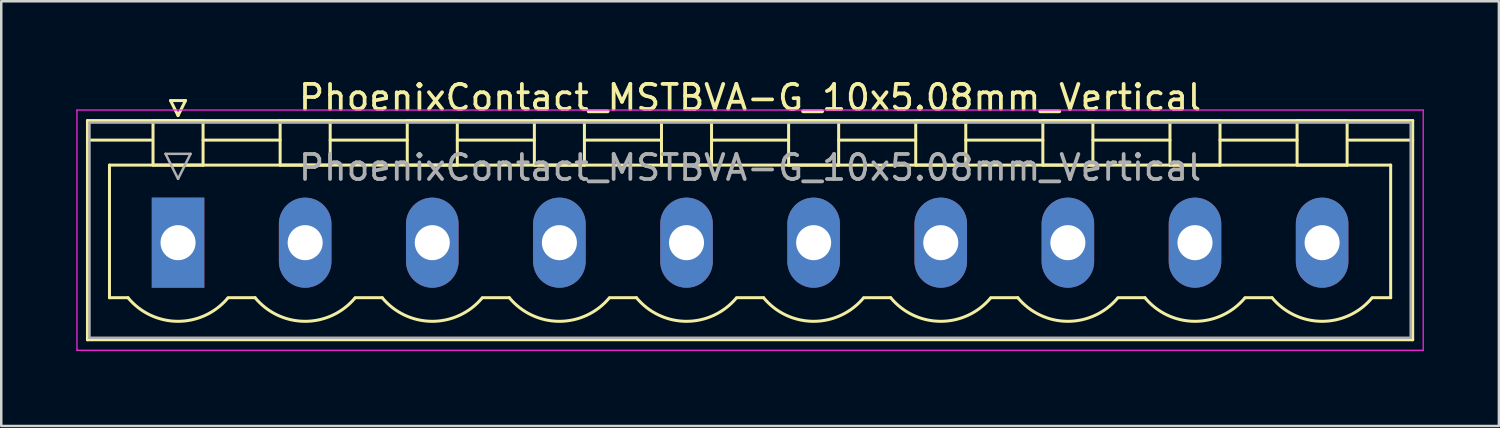
<source format=kicad_pcb>
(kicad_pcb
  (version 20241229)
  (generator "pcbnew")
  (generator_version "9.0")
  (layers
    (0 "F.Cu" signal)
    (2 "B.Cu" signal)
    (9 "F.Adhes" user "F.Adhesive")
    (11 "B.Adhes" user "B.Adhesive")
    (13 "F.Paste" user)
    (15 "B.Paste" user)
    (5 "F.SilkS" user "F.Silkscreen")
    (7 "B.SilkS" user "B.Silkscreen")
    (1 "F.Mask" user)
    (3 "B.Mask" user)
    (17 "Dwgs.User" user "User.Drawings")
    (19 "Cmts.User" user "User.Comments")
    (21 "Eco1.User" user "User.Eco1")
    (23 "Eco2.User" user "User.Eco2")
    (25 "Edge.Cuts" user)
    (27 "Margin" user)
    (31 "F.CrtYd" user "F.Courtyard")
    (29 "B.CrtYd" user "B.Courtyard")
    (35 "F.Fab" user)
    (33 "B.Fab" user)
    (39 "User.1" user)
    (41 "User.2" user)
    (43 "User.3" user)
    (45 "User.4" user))
  (footprint "PhoenixContact_MSTBVA-G_10x5.08mm_Vertical"
    (layer "F.Cu")
    (at 4.065 6.648)
    (property "Reference" "PhoenixContact_MSTBVA-G_10x5.08mm_Vertical" (at 22.86 -5.8 0) (layer "F.SilkS") (effects (font (size 1 1) (thickness 0.15))))
    (attr through_hole)
    (fp_line (start -3.62 -4.88) (end -3.62 3.88) (stroke (width 0.12) (type solid)) (layer "F.SilkS"))
    (fp_line (start -3.62 -4.1) (end -1.08 -4.1) (stroke (width 0.12) (type solid)) (layer "F.SilkS"))
    (fp_line (start -3.62 3.88) (end 49.34 3.88) (stroke (width 0.12) (type solid)) (layer "F.SilkS"))
    (fp_line (start -2.74 -3.1) (end 48.46 -3.1) (stroke (width 0.12) (type solid)) (layer "F.SilkS"))
    (fp_line (start -2.74 2.2) (end -2.74 -3.1) (stroke (width 0.12) (type solid)) (layer "F.SilkS"))
    (fp_line (start -2 2.2) (end -2.74 2.2) (stroke (width 0.12) (type solid)) (layer "F.SilkS"))
    (fp_line (start -1 -4.88) (end 1 -4.88) (stroke (width 0.12) (type solid)) (layer "F.SilkS"))
    (fp_line (start -1 -3.1) (end -1 -4.88) (stroke (width 0.12) (type solid)) (layer "F.SilkS"))
    (fp_line (start -0.3 -5.68) (end 0.3 -5.68) (stroke (width 0.12) (type solid)) (layer "F.SilkS"))
    (fp_line (start 0 -5.08) (end -0.3 -5.68) (stroke (width 0.12) (type solid)) (layer "F.SilkS"))
    (fp_line (start 0.3 -5.68) (end 0 -5.08) (stroke (width 0.12) (type solid)) (layer "F.SilkS"))
    (fp_line (start 1 -4.88) (end 1 -3.1) (stroke (width 0.12) (type solid)) (layer "F.SilkS"))
    (fp_line (start 1 -4.1) (end 4.08 -4.1) (stroke (width 0.12) (type solid)) (layer "F.SilkS"))
    (fp_line (start 1 -3.1) (end -1 -3.1) (stroke (width 0.12) (type solid)) (layer "F.SilkS"))
    (fp_line (start 2 2.2) (end 3.08 2.2) (stroke (width 0.12) (type solid)) (layer "F.SilkS"))
    (fp_line (start 4.08 -4.88) (end 6.08 -4.88) (stroke (width 0.12) (type solid)) (layer "F.SilkS"))
    (fp_line (start 4.08 -3.1) (end 4.08 -4.88) (stroke (width 0.12) (type solid)) (layer "F.SilkS"))
    (fp_line (start 6.08 -4.88) (end 6.08 -3.1) (stroke (width 0.12) (type solid)) (layer "F.SilkS"))
    (fp_line (start 6.08 -4.1) (end 9.16 -4.1) (stroke (width 0.12) (type solid)) (layer "F.SilkS"))
    (fp_line (start 6.08 -3.1) (end 4.08 -3.1) (stroke (width 0.12) (type solid)) (layer "F.SilkS"))
    (fp_line (start 7.08 2.2) (end 8.16 2.2) (stroke (width 0.12) (type solid)) (layer "F.SilkS"))
    (fp_line (start 9.16 -4.88) (end 11.16 -4.88) (stroke (width 0.12) (type solid)) (layer "F.SilkS"))
    (fp_line (start 9.16 -3.1) (end 9.16 -4.88) (stroke (width 0.12) (type solid)) (layer "F.SilkS"))
    (fp_line (start 11.16 -4.88) (end 11.16 -3.1) (stroke (width 0.12) (type solid)) (layer "F.SilkS"))
    (fp_line (start 11.16 -4.1) (end 14.24 -4.1) (stroke (width 0.12) (type solid)) (layer "F.SilkS"))
    (fp_line (start 11.16 -3.1) (end 9.16 -3.1) (stroke (width 0.12) (type solid)) (layer "F.SilkS"))
    (fp_line (start 12.16 2.2) (end 13.24 2.2) (stroke (width 0.12) (type solid)) (layer "F.SilkS"))
    (fp_line (start 14.24 -4.88) (end 16.24 -4.88) (stroke (width 0.12) (type solid)) (layer "F.SilkS"))
    (fp_line (start 14.24 -3.1) (end 14.24 -4.88) (stroke (width 0.12) (type solid)) (layer "F.SilkS"))
    (fp_line (start 16.24 -4.88) (end 16.24 -3.1) (stroke (width 0.12) (type solid)) (layer "F.SilkS"))
    (fp_line (start 16.24 -4.1) (end 19.32 -4.1) (stroke (width 0.12) (type solid)) (layer "F.SilkS"))
    (fp_line (start 16.24 -3.1) (end 14.24 -3.1) (stroke (width 0.12) (type solid)) (layer "F.SilkS"))
    (fp_line (start 17.24 2.2) (end 18.32 2.2) (stroke (width 0.12) (type solid)) (layer "F.SilkS"))
    (fp_line (start 19.32 -4.88) (end 21.32 -4.88) (stroke (width 0.12) (type solid)) (layer "F.SilkS"))
    (fp_line (start 19.32 -3.1) (end 19.32 -4.88) (stroke (width 0.12) (type solid)) (layer "F.SilkS"))
    (fp_line (start 21.32 -4.88) (end 21.32 -3.1) (stroke (width 0.12) (type solid)) (layer "F.SilkS"))
    (fp_line (start 21.32 -4.1) (end 24.4 -4.1) (stroke (width 0.12) (type solid)) (layer "F.SilkS"))
    (fp_line (start 21.32 -3.1) (end 19.32 -3.1) (stroke (width 0.12) (type solid)) (layer "F.SilkS"))
    (fp_line (start 22.32 2.2) (end 23.4 2.2) (stroke (width 0.12) (type solid)) (layer "F.SilkS"))
    (fp_line (start 24.4 -4.88) (end 26.4 -4.88) (stroke (width 0.12) (type solid)) (layer "F.SilkS"))
    (fp_line (start 24.4 -3.1) (end 24.4 -4.88) (stroke (width 0.12) (type solid)) (layer "F.SilkS"))
    (fp_line (start 26.4 -4.88) (end 26.4 -3.1) (stroke (width 0.12) (type solid)) (layer "F.SilkS"))
    (fp_line (start 26.4 -4.1) (end 29.48 -4.1) (stroke (width 0.12) (type solid)) (layer "F.SilkS"))
    (fp_line (start 26.4 -3.1) (end 24.4 -3.1) (stroke (width 0.12) (type solid)) (layer "F.SilkS"))
    (fp_line (start 27.4 2.2) (end 28.48 2.2) (stroke (width 0.12) (type solid)) (layer "F.SilkS"))
    (fp_line (start 29.48 -4.88) (end 31.48 -4.88) (stroke (width 0.12) (type solid)) (layer "F.SilkS"))
    (fp_line (start 29.48 -3.1) (end 29.48 -4.88) (stroke (width 0.12) (type solid)) (layer "F.SilkS"))
    (fp_line (start 31.48 -4.88) (end 31.48 -3.1) (stroke (width 0.12) (type solid)) (layer "F.SilkS"))
    (fp_line (start 31.48 -4.1) (end 34.56 -4.1) (stroke (width 0.12) (type solid)) (layer "F.SilkS"))
    (fp_line (start 31.48 -3.1) (end 29.48 -3.1) (stroke (width 0.12) (type solid)) (layer "F.SilkS"))
    (fp_line (start 32.48 2.2) (end 33.56 2.2) (stroke (width 0.12) (type solid)) (layer "F.SilkS"))
    (fp_line (start 34.56 -4.88) (end 36.56 -4.88) (stroke (width 0.12) (type solid)) (layer "F.SilkS"))
    (fp_line (start 34.56 -3.1) (end 34.56 -4.88) (stroke (width 0.12) (type solid)) (layer "F.SilkS"))
    (fp_line (start 36.56 -4.88) (end 36.56 -3.1) (stroke (width 0.12) (type solid)) (layer "F.SilkS"))
    (fp_line (start 36.56 -4.1) (end 39.64 -4.1) (stroke (width 0.12) (type solid)) (layer "F.SilkS"))
    (fp_line (start 36.56 -3.1) (end 34.56 -3.1) (stroke (width 0.12) (type solid)) (layer "F.SilkS"))
    (fp_line (start 37.56 2.2) (end 38.64 2.2) (stroke (width 0.12) (type solid)) (layer "F.SilkS"))
    (fp_line (start 39.64 -4.88) (end 41.64 -4.88) (stroke (width 0.12) (type solid)) (layer "F.SilkS"))
    (fp_line (start 39.64 -3.1) (end 39.64 -4.88) (stroke (width 0.12) (type solid)) (layer "F.SilkS"))
    (fp_line (start 41.64 -4.88) (end 41.64 -3.1) (stroke (width 0.12) (type solid)) (layer "F.SilkS"))
    (fp_line (start 41.64 -4.1) (end 44.72 -4.1) (stroke (width 0.12) (type solid)) (layer "F.SilkS"))
    (fp_line (start 41.64 -3.1) (end 39.64 -3.1) (stroke (width 0.12) (type solid)) (layer "F.SilkS"))
    (fp_line (start 42.64 2.2) (end 43.72 2.2) (stroke (width 0.12) (type solid)) (layer "F.SilkS"))
    (fp_line (start 44.72 -4.88) (end 46.72 -4.88) (stroke (width 0.12) (type solid)) (layer "F.SilkS"))
    (fp_line (start 44.72 -3.1) (end 44.72 -4.88) (stroke (width 0.12) (type solid)) (layer "F.SilkS"))
    (fp_line (start 46.72 -4.88) (end 46.72 -3.1) (stroke (width 0.12) (type solid)) (layer "F.SilkS"))
    (fp_line (start 46.72 -3.1) (end 44.72 -3.1) (stroke (width 0.12) (type solid)) (layer "F.SilkS"))
    (fp_line (start 48.46 -3.1) (end 48.46 2.2) (stroke (width 0.12) (type solid)) (layer "F.SilkS"))
    (fp_line (start 48.46 2.2) (end 47.72 2.2) (stroke (width 0.12) (type solid)) (layer "F.SilkS"))
    (fp_line (start 49.34 -4.88) (end -3.62 -4.88) (stroke (width 0.12) (type solid)) (layer "F.SilkS"))
    (fp_line (start 49.34 -4.1) (end 46.8 -4.1) (stroke (width 0.12) (type solid)) (layer "F.SilkS"))
    (fp_line (start 49.34 3.88) (end 49.34 -4.88) (stroke (width 0.12) (type solid)) (layer "F.SilkS"))
    (fp_arc (start 1.986842 2.215821) (mid -0.010289 3.142758) (end -2 2.2) (stroke (width 0.12) (type solid)) (layer "F.SilkS"))
    (fp_arc (start 7.066842 2.215821) (mid 5.069711 3.142758) (end 3.08 2.2) (stroke (width 0.12) (type solid)) (layer "F.SilkS"))
    (fp_arc (start 12.146842 2.215821) (mid 10.149711 3.142758) (end 8.16 2.2) (stroke (width 0.12) (type solid)) (layer "F.SilkS"))
    (fp_arc (start 17.226842 2.215821) (mid 15.229711 3.142758) (end 13.24 2.2) (stroke (width 0.12) (type solid)) (layer "F.SilkS"))
    (fp_arc (start 22.306842 2.215821) (mid 20.309711 3.142758) (end 18.32 2.2) (stroke (width 0.12) (type solid)) (layer "F.SilkS"))
    (fp_arc (start 27.386842 2.215821) (mid 25.389711 3.142758) (end 23.4 2.2) (stroke (width 0.12) (type solid)) (layer "F.SilkS"))
    (fp_arc (start 32.466842 2.215821) (mid 30.469711 3.142758) (end 28.48 2.2) (stroke (width 0.12) (type solid)) (layer "F.SilkS"))
    (fp_arc (start 37.546842 2.215821) (mid 35.549711 3.142758) (end 33.56 2.2) (stroke (width 0.12) (type solid)) (layer "F.SilkS"))
    (fp_arc (start 42.626842 2.215821) (mid 40.629711 3.142758) (end 38.64 2.2) (stroke (width 0.12) (type solid)) (layer "F.SilkS"))
    (fp_arc (start 47.706842 2.215821) (mid 45.709711 3.142758) (end 43.72 2.2) (stroke (width 0.12) (type solid)) (layer "F.SilkS"))
    (fp_line (start -4.04 -5.3) (end -4.04 4.3) (stroke (width 0.05) (type solid)) (layer "F.CrtYd"))
    (fp_line (start -4.04 4.3) (end 49.76 4.3) (stroke (width 0.05) (type solid)) (layer "F.CrtYd"))
    (fp_line (start 49.76 -5.3) (end -4.04 -5.3) (stroke (width 0.05) (type solid)) (layer "F.CrtYd"))
    (fp_line (start 49.76 4.3) (end 49.76 -5.3) (stroke (width 0.05) (type solid)) (layer "F.CrtYd"))
    (fp_line (start -3.54 -4.8) (end -3.54 3.8) (stroke (width 0.1) (type solid)) (layer "F.Fab"))
    (fp_line (start -3.54 3.8) (end 49.26 3.8) (stroke (width 0.1) (type solid)) (layer "F.Fab"))
    (fp_line (start -0.5 -3.55) (end 0.5 -3.55) (stroke (width 0.1) (type solid)) (layer "F.Fab"))
    (fp_line (start 0 -2.55) (end -0.5 -3.55) (stroke (width 0.1) (type solid)) (layer "F.Fab"))
    (fp_line (start 0.5 -3.55) (end 0 -2.55) (stroke (width 0.1) (type solid)) (layer "F.Fab"))
    (fp_line (start 49.26 -4.8) (end -3.54 -4.8) (stroke (width 0.1) (type solid)) (layer "F.Fab"))
    (fp_line (start 49.26 3.8) (end 49.26 -4.8) (stroke (width 0.1) (type solid)) (layer "F.Fab"))
    (fp_text user "${REFERENCE}" (at 22.86 -3 0) (layer "F.Fab") (effects (font (size 1 1) (thickness 0.15))))
    (pad "1" thru_hole rect (at 0 0) (size 2.1 3.6) (drill 1.4) (layers "*.Cu" "*.Mask"))
    (pad "2" thru_hole oval (at 5.08 0) (size 2.1 3.6) (drill 1.4) (layers "*.Cu" "*.Mask"))
    (pad "3" thru_hole oval (at 10.16 0) (size 2.1 3.6) (drill 1.4) (layers "*.Cu" "*.Mask"))
    (pad "4" thru_hole oval (at 15.24 0) (size 2.1 3.6) (drill 1.4) (layers "*.Cu" "*.Mask"))
    (pad "5" thru_hole oval (at 20.32 0) (size 2.1 3.6) (drill 1.4) (layers "*.Cu" "*.Mask"))
    (pad "6" thru_hole oval (at 25.4 0) (size 2.1 3.6) (drill 1.4) (layers "*.Cu" "*.Mask"))
    (pad "7" thru_hole oval (at 30.48 0) (size 2.1 3.6) (drill 1.4) (layers "*.Cu" "*.Mask"))
    (pad "8" thru_hole oval (at 35.56 0) (size 2.1 3.6) (drill 1.4) (layers "*.Cu" "*.Mask"))
    (pad "9" thru_hole oval (at 40.64 0) (size 2.1 3.6) (drill 1.4) (layers "*.Cu" "*.Mask"))
    (pad "10" thru_hole oval (at 45.72 0) (size 2.1 3.6) (drill 1.4) (layers "*.Cu" "*.Mask")))
  (gr_rect
    (start -3 -3)
    (end 56.85 13.973)
    (stroke (width 0.1) (type default))
    (fill no)
    (layer "Edge.Cuts")))
</source>
